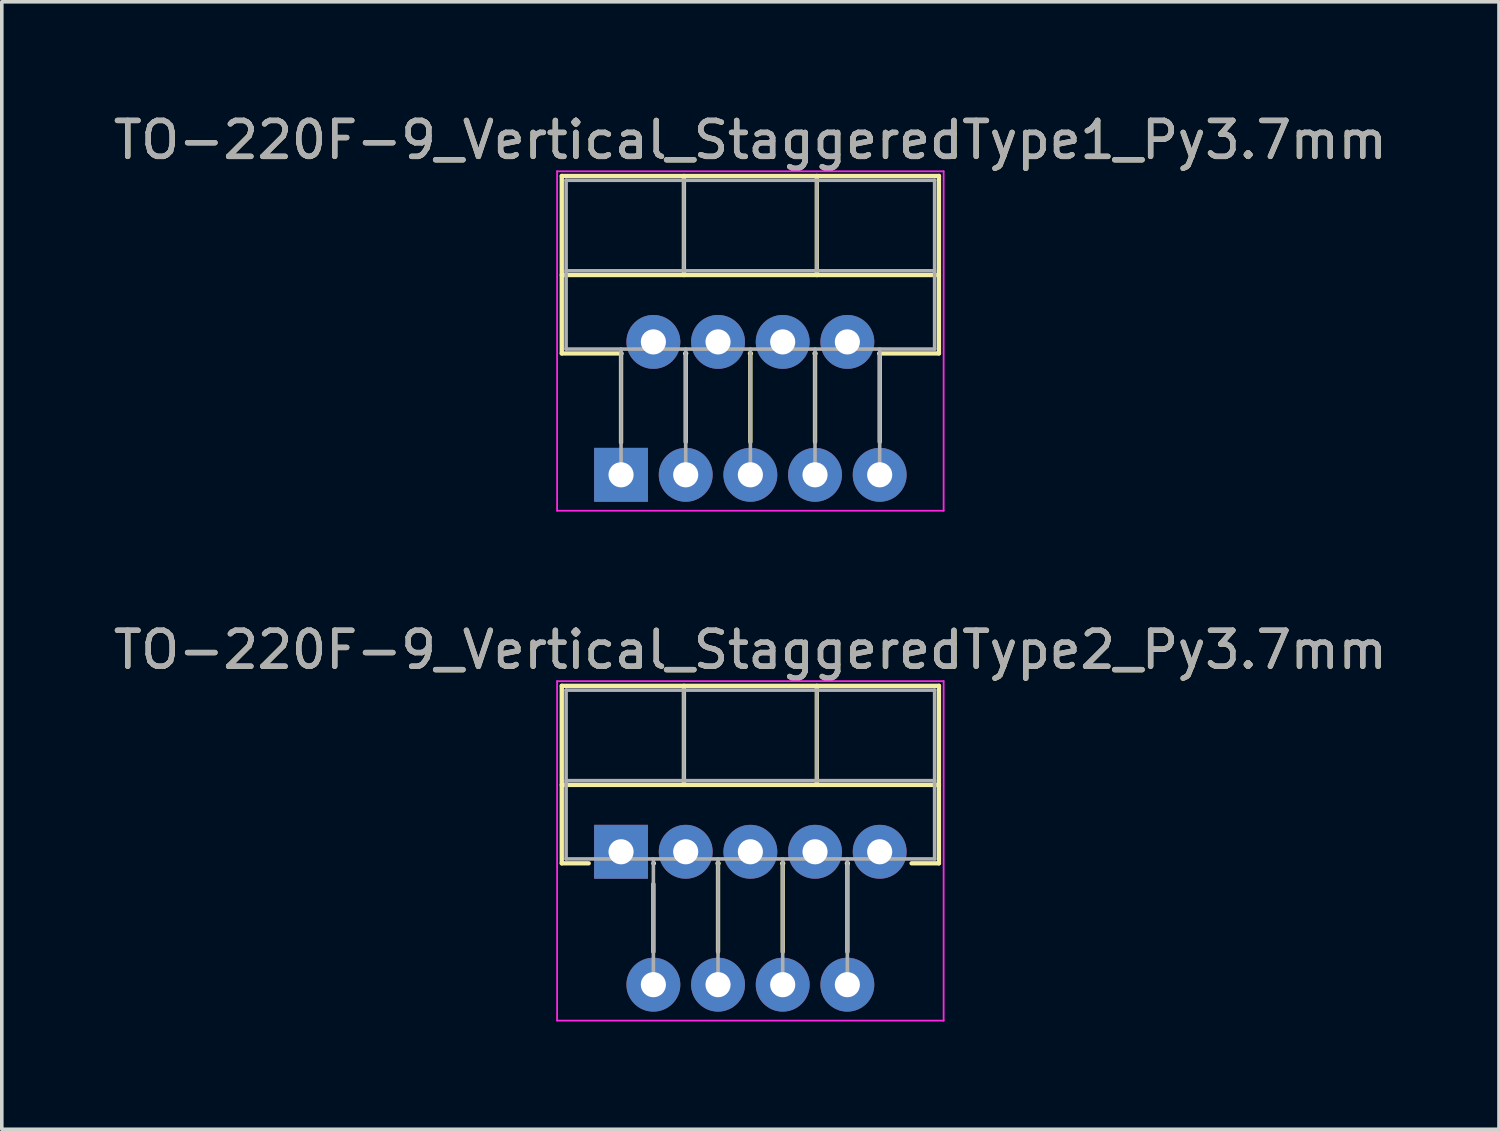
<source format=kicad_pcb>
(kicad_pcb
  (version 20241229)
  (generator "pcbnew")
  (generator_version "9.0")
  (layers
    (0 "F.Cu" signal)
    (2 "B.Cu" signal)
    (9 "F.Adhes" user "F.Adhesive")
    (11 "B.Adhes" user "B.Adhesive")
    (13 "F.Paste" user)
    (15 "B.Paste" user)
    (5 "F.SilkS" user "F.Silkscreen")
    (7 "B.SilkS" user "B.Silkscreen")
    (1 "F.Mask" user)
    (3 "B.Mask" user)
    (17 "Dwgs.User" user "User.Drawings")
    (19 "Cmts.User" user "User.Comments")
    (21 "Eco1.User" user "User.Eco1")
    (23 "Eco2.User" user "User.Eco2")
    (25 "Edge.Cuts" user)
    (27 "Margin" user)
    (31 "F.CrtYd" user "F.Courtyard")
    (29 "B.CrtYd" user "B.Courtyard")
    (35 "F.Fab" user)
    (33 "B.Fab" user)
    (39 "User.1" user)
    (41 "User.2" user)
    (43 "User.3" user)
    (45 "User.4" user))
  (footprint "TO-220F-9_Vertical_StaggeredType2_Py3.7mm"
    (layer "F.Cu")
    (at 14.239 20.662)
    (property "Reference" "TO-220F-9_Vertical_StaggeredType2_Py3.7mm" (at 3.6 -5.62 0) (layer "F.SilkS") (effects (font (size 1 1) (thickness 0.15))))
    (attr through_hole)
    (fp_line (start -1.65 -4.62) (end -1.65 0.321) (stroke (width 0.12) (type solid)) (layer "F.SilkS"))
    (fp_line (start -1.65 -4.62) (end 8.85 -4.62) (stroke (width 0.12) (type solid)) (layer "F.SilkS"))
    (fp_line (start -1.65 -1.861) (end 8.85 -1.861) (stroke (width 0.12) (type solid)) (layer "F.SilkS"))
    (fp_line (start -1.65 0.321) (end -0.9 0.321) (stroke (width 0.12) (type solid)) (layer "F.SilkS"))
    (fp_line (start 0.9 0.321) (end 0.914 0.321) (stroke (width 0.12) (type solid)) (layer "F.SilkS"))
    (fp_line (start 0.9 0.9) (end 0.9 2.785) (stroke (width 0.12) (type solid)) (layer "F.SilkS"))
    (fp_line (start 1.75 -4.62) (end 1.75 -1.861) (stroke (width 0.12) (type solid)) (layer "F.SilkS"))
    (fp_line (start 2.687 0.321) (end 2.714 0.321) (stroke (width 0.12) (type solid)) (layer "F.SilkS"))
    (fp_line (start 2.7 0.321) (end 2.7 2.785) (stroke (width 0.12) (type solid)) (layer "F.SilkS"))
    (fp_line (start 4.487 0.321) (end 4.514 0.321) (stroke (width 0.12) (type solid)) (layer "F.SilkS"))
    (fp_line (start 4.5 0.321) (end 4.5 2.785) (stroke (width 0.12) (type solid)) (layer "F.SilkS"))
    (fp_line (start 5.45 -4.62) (end 5.45 -1.861) (stroke (width 0.12) (type solid)) (layer "F.SilkS"))
    (fp_line (start 6.287 0.321) (end 6.314 0.321) (stroke (width 0.12) (type solid)) (layer "F.SilkS"))
    (fp_line (start 6.301 0.321) (end 6.301 2.785) (stroke (width 0.12) (type solid)) (layer "F.SilkS"))
    (fp_line (start 8.087 0.321) (end 8.85 0.321) (stroke (width 0.12) (type solid)) (layer "F.SilkS"))
    (fp_line (start 8.85 -4.62) (end 8.85 0.321) (stroke (width 0.12) (type solid)) (layer "F.SilkS"))
    (fp_line (start -1.78 -4.75) (end -1.78 4.7) (stroke (width 0.05) (type solid)) (layer "F.CrtYd"))
    (fp_line (start -1.78 4.7) (end 8.98 4.7) (stroke (width 0.05) (type solid)) (layer "F.CrtYd"))
    (fp_line (start 8.98 -4.75) (end -1.78 -4.75) (stroke (width 0.05) (type solid)) (layer "F.CrtYd"))
    (fp_line (start 8.98 4.7) (end 8.98 -4.75) (stroke (width 0.05) (type solid)) (layer "F.CrtYd"))
    (fp_line (start -1.53 -4.5) (end -1.53 0.2) (stroke (width 0.1) (type solid)) (layer "F.Fab"))
    (fp_line (start -1.53 -1.98) (end 8.73 -1.98) (stroke (width 0.1) (type solid)) (layer "F.Fab"))
    (fp_line (start -1.53 0.2) (end 8.73 0.2) (stroke (width 0.1) (type solid)) (layer "F.Fab"))
    (fp_line (start 0.9 0.2) (end 0.9 3.7) (stroke (width 0.1) (type solid)) (layer "F.Fab"))
    (fp_line (start 1.75 -4.5) (end 1.75 -1.98) (stroke (width 0.1) (type solid)) (layer "F.Fab"))
    (fp_line (start 2.7 0.2) (end 2.7 3.7) (stroke (width 0.1) (type solid)) (layer "F.Fab"))
    (fp_line (start 4.5 0.2) (end 4.5 3.7) (stroke (width 0.1) (type solid)) (layer "F.Fab"))
    (fp_line (start 5.45 -4.5) (end 5.45 -1.98) (stroke (width 0.1) (type solid)) (layer "F.Fab"))
    (fp_line (start 6.3 0.2) (end 6.3 3.7) (stroke (width 0.1) (type solid)) (layer "F.Fab"))
    (fp_line (start 8.73 -4.5) (end -1.53 -4.5) (stroke (width 0.1) (type solid)) (layer "F.Fab"))
    (fp_line (start 8.73 0.2) (end 8.73 -4.5) (stroke (width 0.1) (type solid)) (layer "F.Fab"))
    (fp_text user "${REFERENCE}" (at 3.6 -5.62 0) (layer "F.Fab") (effects (font (size 1 1) (thickness 0.15))))
    (pad "1" thru_hole rect (at 0 0) (size 1.5 1.5) (drill 0.7) (layers "*.Cu" "*.Mask"))
    (pad "2" thru_hole oval (at 0.9 3.7) (size 1.5 1.5) (drill 0.7) (layers "*.Cu" "*.Mask"))
    (pad "3" thru_hole oval (at 1.8 0) (size 1.5 1.5) (drill 0.7) (layers "*.Cu" "*.Mask"))
    (pad "4" thru_hole oval (at 2.7 3.7) (size 1.5 1.5) (drill 0.7) (layers "*.Cu" "*.Mask"))
    (pad "5" thru_hole oval (at 3.6 0) (size 1.5 1.5) (drill 0.7) (layers "*.Cu" "*.Mask"))
    (pad "6" thru_hole oval (at 4.5 3.7) (size 1.5 1.5) (drill 0.7) (layers "*.Cu" "*.Mask"))
    (pad "7" thru_hole oval (at 5.4 0) (size 1.5 1.5) (drill 0.7) (layers "*.Cu" "*.Mask"))
    (pad "8" thru_hole oval (at 6.3 3.7) (size 1.5 1.5) (drill 0.7) (layers "*.Cu" "*.Mask"))
    (pad "9" thru_hole oval (at 7.2 0) (size 1.5 1.5) (drill 0.7) (layers "*.Cu" "*.Mask")))
  (footprint "TO-220F-9_Vertical_StaggeredType1_Py3.7mm"
    (layer "F.Cu")
    (at 14.239 10.168)
    (property "Reference" "TO-220F-9_Vertical_StaggeredType1_Py3.7mm" (at 3.6 -9.32 0) (layer "F.SilkS") (effects (font (size 1 1) (thickness 0.15))))
    (attr through_hole)
    (fp_line (start -1.65 -8.32) (end -1.65 -3.379) (stroke (width 0.12) (type solid)) (layer "F.SilkS"))
    (fp_line (start -1.65 -8.32) (end 8.85 -8.32) (stroke (width 0.12) (type solid)) (layer "F.SilkS"))
    (fp_line (start -1.65 -5.561) (end 8.85 -5.561) (stroke (width 0.12) (type solid)) (layer "F.SilkS"))
    (fp_line (start -1.65 -3.379) (end 0.014 -3.379) (stroke (width 0.12) (type solid)) (layer "F.SilkS"))
    (fp_line (start 0 -3.379) (end 0 -0.9) (stroke (width 0.12) (type solid)) (layer "F.SilkS"))
    (fp_line (start 1.75 -8.32) (end 1.75 -5.561) (stroke (width 0.12) (type solid)) (layer "F.SilkS"))
    (fp_line (start 1.787 -3.379) (end 1.814 -3.379) (stroke (width 0.12) (type solid)) (layer "F.SilkS"))
    (fp_line (start 1.8 -3.379) (end 1.8 -0.915) (stroke (width 0.12) (type solid)) (layer "F.SilkS"))
    (fp_line (start 3.587 -3.379) (end 3.614 -3.379) (stroke (width 0.12) (type solid)) (layer "F.SilkS"))
    (fp_line (start 3.6 -3.379) (end 3.6 -0.915) (stroke (width 0.12) (type solid)) (layer "F.SilkS"))
    (fp_line (start 5.387 -3.379) (end 5.414 -3.379) (stroke (width 0.12) (type solid)) (layer "F.SilkS"))
    (fp_line (start 5.4 -3.379) (end 5.4 -0.915) (stroke (width 0.12) (type solid)) (layer "F.SilkS"))
    (fp_line (start 5.45 -8.32) (end 5.45 -5.561) (stroke (width 0.12) (type solid)) (layer "F.SilkS"))
    (fp_line (start 7.187 -3.379) (end 8.85 -3.379) (stroke (width 0.12) (type solid)) (layer "F.SilkS"))
    (fp_line (start 7.201 -3.379) (end 7.201 -0.915) (stroke (width 0.12) (type solid)) (layer "F.SilkS"))
    (fp_line (start 8.85 -8.32) (end 8.85 -3.379) (stroke (width 0.12) (type solid)) (layer "F.SilkS"))
    (fp_line (start -1.78 -8.45) (end -1.78 1) (stroke (width 0.05) (type solid)) (layer "F.CrtYd"))
    (fp_line (start -1.78 1) (end 8.98 1) (stroke (width 0.05) (type solid)) (layer "F.CrtYd"))
    (fp_line (start 8.98 -8.45) (end -1.78 -8.45) (stroke (width 0.05) (type solid)) (layer "F.CrtYd"))
    (fp_line (start 8.98 1) (end 8.98 -8.45) (stroke (width 0.05) (type solid)) (layer "F.CrtYd"))
    (fp_line (start -1.53 -8.2) (end -1.53 -3.5) (stroke (width 0.1) (type solid)) (layer "F.Fab"))
    (fp_line (start -1.53 -5.68) (end 8.73 -5.68) (stroke (width 0.1) (type solid)) (layer "F.Fab"))
    (fp_line (start -1.53 -3.5) (end 8.73 -3.5) (stroke (width 0.1) (type solid)) (layer "F.Fab"))
    (fp_line (start 0 -3.5) (end 0 0) (stroke (width 0.1) (type solid)) (layer "F.Fab"))
    (fp_line (start 1.75 -8.2) (end 1.75 -5.68) (stroke (width 0.1) (type solid)) (layer "F.Fab"))
    (fp_line (start 1.8 -3.5) (end 1.8 0) (stroke (width 0.1) (type solid)) (layer "F.Fab"))
    (fp_line (start 3.6 -3.5) (end 3.6 0) (stroke (width 0.1) (type solid)) (layer "F.Fab"))
    (fp_line (start 5.4 -3.5) (end 5.4 0) (stroke (width 0.1) (type solid)) (layer "F.Fab"))
    (fp_line (start 5.45 -8.2) (end 5.45 -5.68) (stroke (width 0.1) (type solid)) (layer "F.Fab"))
    (fp_line (start 7.2 -3.5) (end 7.2 0) (stroke (width 0.1) (type solid)) (layer "F.Fab"))
    (fp_line (start 8.73 -8.2) (end -1.53 -8.2) (stroke (width 0.1) (type solid)) (layer "F.Fab"))
    (fp_line (start 8.73 -3.5) (end 8.73 -8.2) (stroke (width 0.1) (type solid)) (layer "F.Fab"))
    (fp_text user "${REFERENCE}" (at 3.6 -9.32 0) (layer "F.Fab") (effects (font (size 1 1) (thickness 0.15))))
    (pad "1" thru_hole rect (at 0 0) (size 1.5 1.5) (drill 0.7) (layers "*.Cu" "*.Mask"))
    (pad "2" thru_hole oval (at 0.9 -3.7) (size 1.5 1.5) (drill 0.7) (layers "*.Cu" "*.Mask"))
    (pad "3" thru_hole oval (at 1.8 0) (size 1.5 1.5) (drill 0.7) (layers "*.Cu" "*.Mask"))
    (pad "4" thru_hole oval (at 2.7 -3.7) (size 1.5 1.5) (drill 0.7) (layers "*.Cu" "*.Mask"))
    (pad "5" thru_hole oval (at 3.6 0) (size 1.5 1.5) (drill 0.7) (layers "*.Cu" "*.Mask"))
    (pad "6" thru_hole oval (at 4.5 -3.7) (size 1.5 1.5) (drill 0.7) (layers "*.Cu" "*.Mask"))
    (pad "7" thru_hole oval (at 5.4 0) (size 1.5 1.5) (drill 0.7) (layers "*.Cu" "*.Mask"))
    (pad "8" thru_hole oval (at 6.3 -3.7) (size 1.5 1.5) (drill 0.7) (layers "*.Cu" "*.Mask"))
    (pad "9" thru_hole oval (at 7.2 0) (size 1.5 1.5) (drill 0.7) (layers "*.Cu" "*.Mask")))
  (gr_rect
    (start -3 -3)
    (end 38.679 28.387)
    (stroke (width 0.1) (type default))
    (fill no)
    (layer "Edge.Cuts")))
</source>
